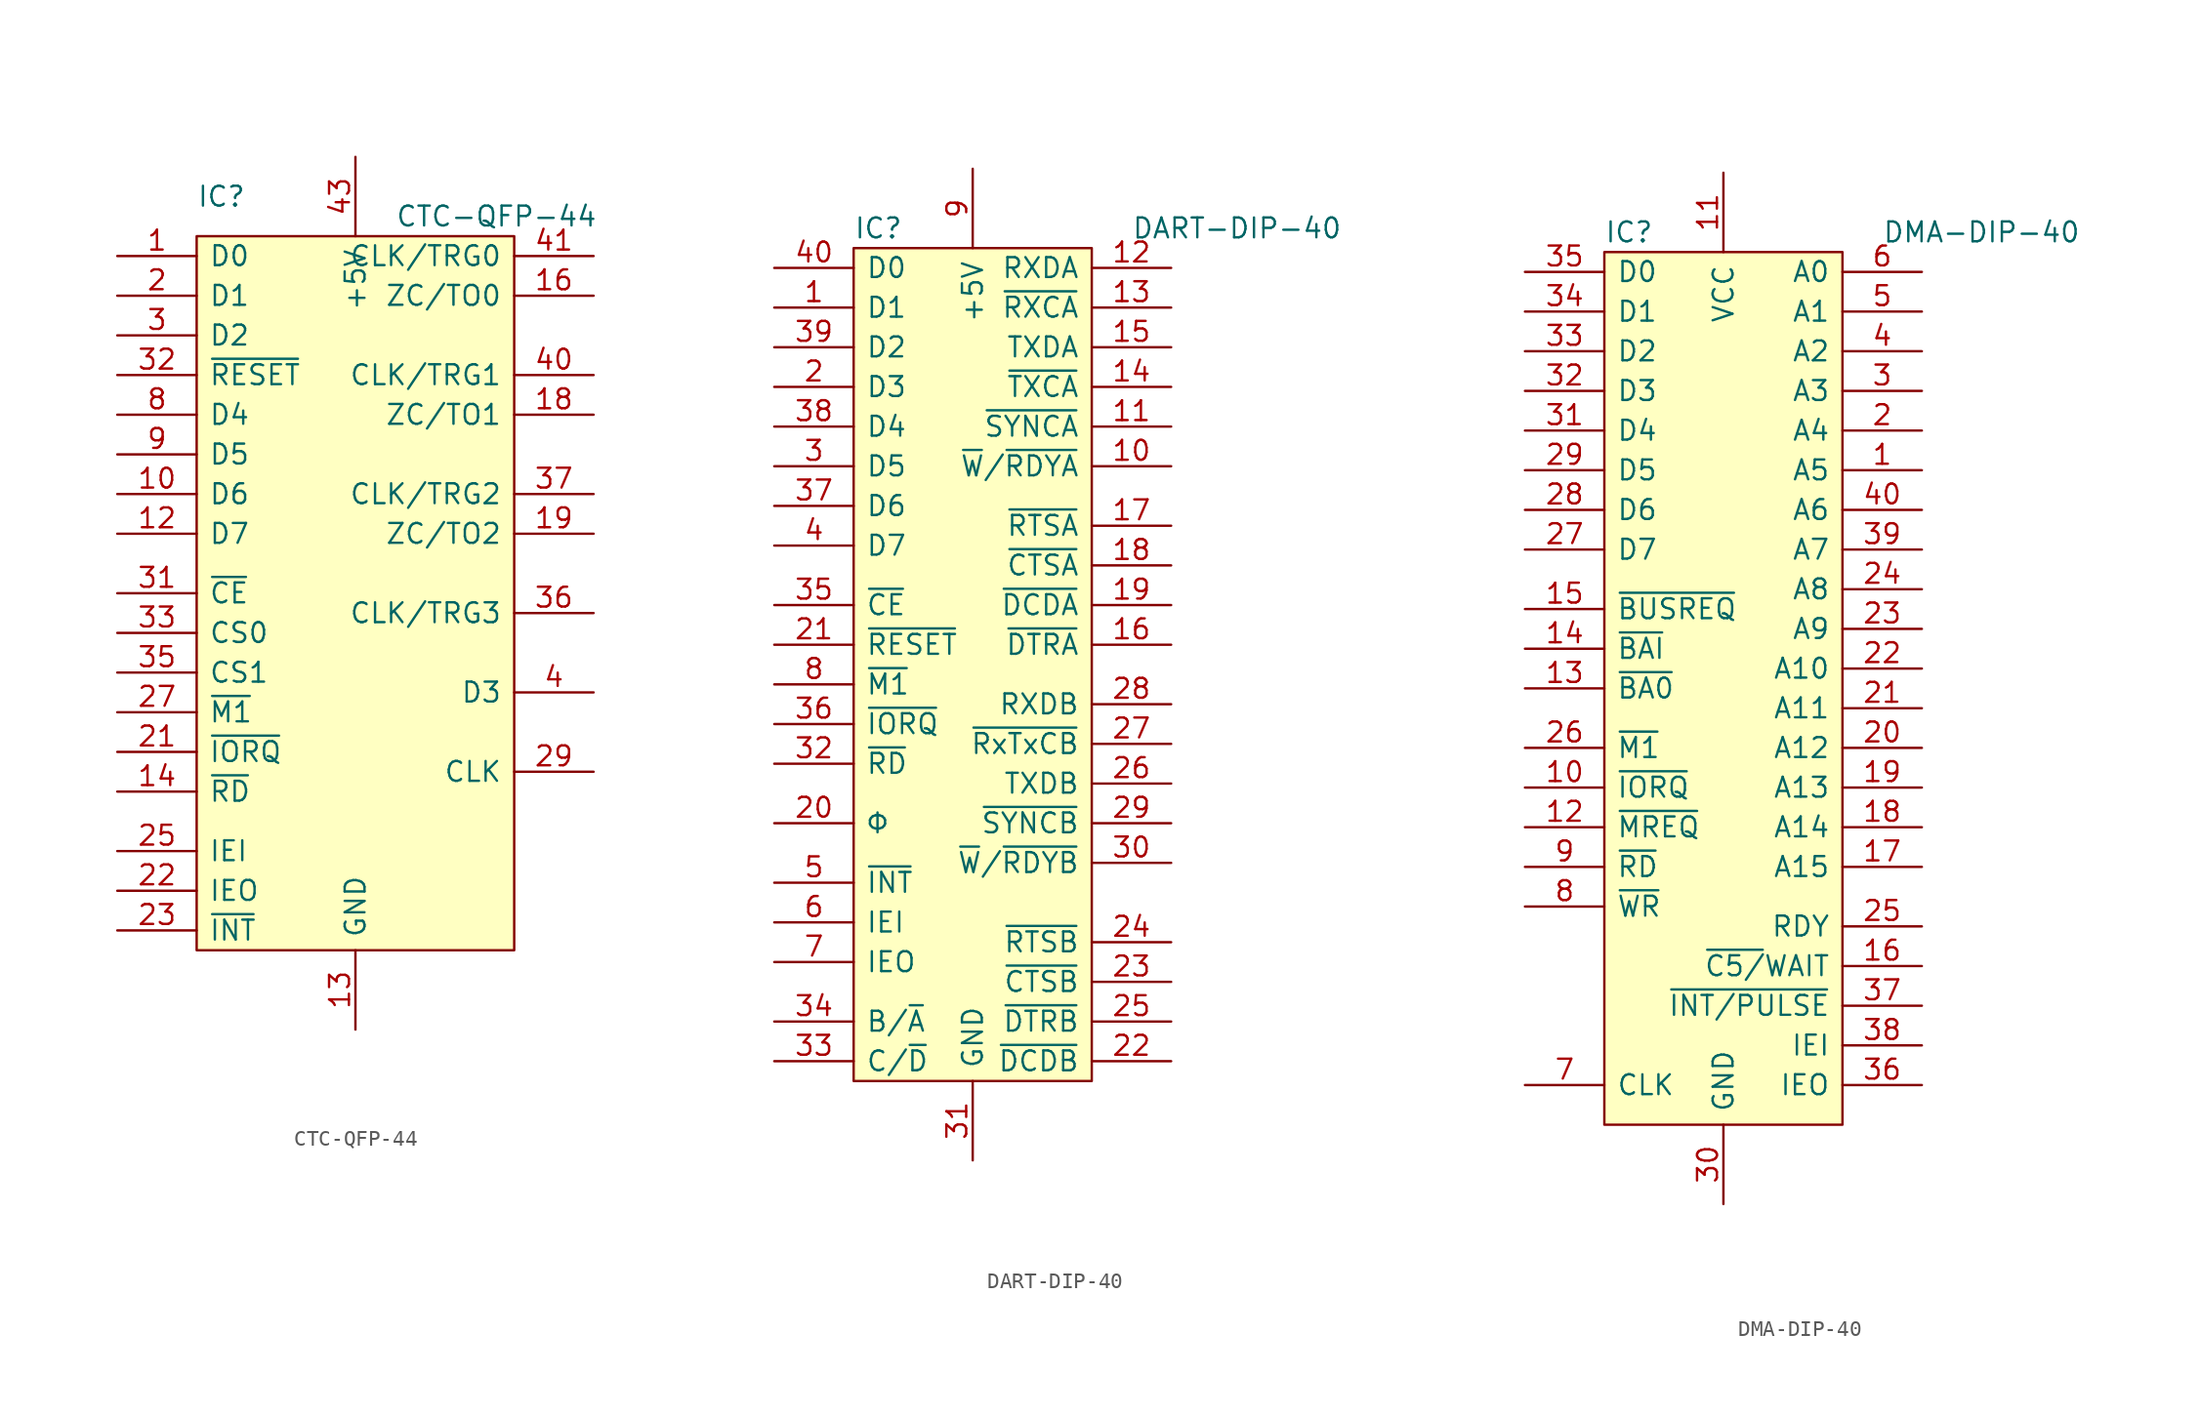
<source format=kicad_sym>
(kicad_symbol_lib
  (version 20220914)
  (generator kicad_symbol_editor)
  (symbol "CTC-QFP-44"
    (pin_names
      (offset 0.762))
    (property "Reference" "IC"
      (at 0 2.54 0)
      (effects (font (size 1.27 1.27)) (justify left)))
    (property "Value" "CTC-QFP-44"
      (at 12.7 1.27 0)
      (effects (font (size 1.27 1.27)) (justify left)))
    (symbol "CTC-QFP-44_0_0"
      (pin bidirectional line (at -5.08 -1.27 0) (length 5.08) (name "D0" (effects (font (size 1.27 1.27)))) (number "1" (effects (font (size 1.27 1.27)))))
      (pin bidirectional line (at -5.08 -16.51 0) (length 5.08) (name "D6" (effects (font (size 1.27 1.27)))) (number "10" (effects (font (size 1.27 1.27)))))
      (pin no_connect line (at 12.7 -10.16 0) (length 2.54) hide (name "NC" (effects (font (size 1.27 1.27)))) (number "11" (effects (font (size 1.27 1.27)))))
      (pin bidirectional line (at -5.08 -19.05 0) (length 5.08) (name "D7" (effects (font (size 1.27 1.27)))) (number "12" (effects (font (size 1.27 1.27)))))
      (pin power_in line (at 10.16 -50.8 90) (length 5.08) (name "GND" (effects (font (size 1.27 1.27)))) (number "13" (effects (font (size 1.27 1.27)))))
      (pin input line (at -5.08 -35.56 0) (length 5.08) (name "~{RD}" (effects (font (size 1.27 1.27)))) (number "14" (effects (font (size 1.27 1.27)))))
      (pin no_connect line (at 12.7 -17.78 0) (length 2.54) hide (name "NC" (effects (font (size 1.27 1.27)))) (number "15" (effects (font (size 1.27 1.27)))))
      (pin output line (at 25.4 -3.81 180) (length 5.08) (name "ZC/TO0" (effects (font (size 1.27 1.27)))) (number "16" (effects (font (size 1.27 1.27)))))
      (pin no_connect line (at 12.7 -12.7 0) (length 2.54) hide (name "NC" (effects (font (size 1.27 1.27)))) (number "17" (effects (font (size 1.27 1.27)))))
      (pin output line (at 25.4 -11.43 180) (length 5.08) (name "ZC/TO1" (effects (font (size 1.27 1.27)))) (number "18" (effects (font (size 1.27 1.27)))))
      (pin output line (at 25.4 -19.05 180) (length 5.08) (name "ZC/TO2" (effects (font (size 1.27 1.27)))) (number "19" (effects (font (size 1.27 1.27)))))
      (pin bidirectional line (at -5.08 -3.81 0) (length 5.08) (name "D1" (effects (font (size 1.27 1.27)))) (number "2" (effects (font (size 1.27 1.27)))))
      (pin no_connect line (at 12.7 -20.32 0) (length 2.54) hide (name "NC" (effects (font (size 1.27 1.27)))) (number "20" (effects (font (size 1.27 1.27)))))
      (pin input line (at -5.08 -33.02 0) (length 5.08) (name "~{IORQ}" (effects (font (size 1.27 1.27)))) (number "21" (effects (font (size 1.27 1.27)))))
      (pin output line (at -5.08 -41.91 0) (length 5.08) (name "IEO" (effects (font (size 1.27 1.27)))) (number "22" (effects (font (size 1.27 1.27)))))
      (pin open_collector line (at -5.08 -44.45 0) (length 5.08) (name "~{INT}" (effects (font (size 1.27 1.27)))) (number "23" (effects (font (size 1.27 1.27)))))
      (pin no_connect line (at 12.7 -15.24 0) (length 2.54) hide (name "NC" (effects (font (size 1.27 1.27)))) (number "24" (effects (font (size 1.27 1.27)))))
      (pin input line (at -5.08 -39.37 0) (length 5.08) (name "IEI" (effects (font (size 1.27 1.27)))) (number "25" (effects (font (size 1.27 1.27)))))
      (pin no_connect line (at 12.7 -22.86 0) (length 2.54) hide (name "NC" (effects (font (size 1.27 1.27)))) (number "26" (effects (font (size 1.27 1.27)))))
      (pin input line (at -5.08 -30.48 0) (length 5.08) (name "~{M1}" (effects (font (size 1.27 1.27)))) (number "27" (effects (font (size 1.27 1.27)))))
      (pin no_connect line (at 12.7 -25.4 0) (length 2.54) hide (name "NC" (effects (font (size 1.27 1.27)))) (number "28" (effects (font (size 1.27 1.27)))))
      (pin input line (at 25.4 -34.29 180) (length 5.08) (name "CLK" (effects (font (size 1.27 1.27)))) (number "29" (effects (font (size 1.27 1.27)))))
      (pin bidirectional line (at -5.08 -6.35 0) (length 5.08) (name "D2" (effects (font (size 1.27 1.27)))) (number "3" (effects (font (size 1.27 1.27)))))
      (pin no_connect line (at 12.7 -43.18 0) (length 2.54) hide (name "NC" (effects (font (size 1.27 1.27)))) (number "30" (effects (font (size 1.27 1.27)))))
      (pin input line (at -5.08 -22.86 0) (length 5.08) (name "~{CE}" (effects (font (size 1.27 1.27)))) (number "31" (effects (font (size 1.27 1.27)))))
      (pin input line (at -5.08 -8.89 0) (length 5.08) (name "~{RESET}" (effects (font (size 1.27 1.27)))) (number "32" (effects (font (size 1.27 1.27)))))
      (pin input line (at -5.08 -25.4 0) (length 5.08) (name "CS0" (effects (font (size 1.27 1.27)))) (number "33" (effects (font (size 1.27 1.27)))))
      (pin no_connect line (at 12.7 -27.94 0) (length 2.54) hide (name "NC" (effects (font (size 1.27 1.27)))) (number "34" (effects (font (size 1.27 1.27)))))
      (pin input line (at -5.08 -27.94 0) (length 5.08) (name "CS1" (effects (font (size 1.27 1.27)))) (number "35" (effects (font (size 1.27 1.27)))))
      (pin input line (at 25.4 -24.13 180) (length 5.08) (name "CLK/TRG3" (effects (font (size 1.27 1.27)))) (number "36" (effects (font (size 1.27 1.27)))))
      (pin input line (at 25.4 -16.51 180) (length 5.08) (name "CLK/TRG2" (effects (font (size 1.27 1.27)))) (number "37" (effects (font (size 1.27 1.27)))))
      (pin no_connect line (at 12.7 -35.56 0) (length 2.54) hide (name "NC" (effects (font (size 1.27 1.27)))) (number "38" (effects (font (size 1.27 1.27)))))
      (pin no_connect line (at 12.7 -40.64 0) (length 2.54) hide (name "NC" (effects (font (size 1.27 1.27)))) (number "39" (effects (font (size 1.27 1.27)))))
      (pin bidirectional line (at 25.4 -29.21 180) (length 5.08) (name "D3" (effects (font (size 1.27 1.27)))) (number "4" (effects (font (size 1.27 1.27)))))
      (pin input line (at 25.4 -8.89 180) (length 5.08) (name "CLK/TRG1" (effects (font (size 1.27 1.27)))) (number "40" (effects (font (size 1.27 1.27)))))
      (pin input line (at 25.4 -1.27 180) (length 5.08) (name "CLK/TRG0" (effects (font (size 1.27 1.27)))) (number "41" (effects (font (size 1.27 1.27)))))
      (pin no_connect line (at 12.7 -33.02 0) (length 2.54) hide (name "NC" (effects (font (size 1.27 1.27)))) (number "42" (effects (font (size 1.27 1.27)))))
      (pin power_in line (at 10.16 5.08 270) (length 5.08) (name "+5V" (effects (font (size 1.27 1.27)))) (number "43" (effects (font (size 1.27 1.27)))))
      (pin no_connect line (at 12.7 -38.1 0) (length 2.54) hide (name "NC" (effects (font (size 1.27 1.27)))) (number "44" (effects (font (size 1.27 1.27)))))
      (pin no_connect line (at 12.7 -30.48 0) (length 2.54) hide (name "NC" (effects (font (size 1.27 1.27)))) (number "5" (effects (font (size 1.27 1.27)))))
      (pin no_connect line (at 12.7 -7.62 0) (length 2.54) hide (name "NC" (effects (font (size 1.27 1.27)))) (number "6" (effects (font (size 1.27 1.27)))))
      (pin no_connect line (at 12.7 -5.08 0) (length 2.54) hide (name "NC" (effects (font (size 1.27 1.27)))) (number "7" (effects (font (size 1.27 1.27)))))
      (pin bidirectional line (at -5.08 -11.43 0) (length 5.08) (name "D4" (effects (font (size 1.27 1.27)))) (number "8" (effects (font (size 1.27 1.27)))))
      (pin bidirectional line (at -5.08 -13.97 0) (length 5.08) (name "D5" (effects (font (size 1.27 1.27)))) (number "9" (effects (font (size 1.27 1.27))))))
    (symbol "CTC-QFP-44_0_1"
      (rectangle (start 0 0) (end 20.32 -45.72) (stroke (width 0) (type solid)) (fill (type background)))))
  (symbol "DART-DIP-40"
    (pin_names
      (offset 0.762))
    (property "Reference" "IC"
      (at 0 1.27 0)
      (effects (font (size 1.27 1.27)) (justify left)))
    (property "Value" "DART-DIP-40"
      (at 17.78 1.27 0)
      (effects (font (size 1.27 1.27)) (justify left)))
    (symbol "DART-DIP-40_0_0"
      (pin bidirectional line (at -5.08 -3.81 0) (length 5.08) (name "D1" (effects (font (size 1.27 1.27)))) (number "1" (effects (font (size 1.27 1.27)))))
      (pin output line (at 20.32 -13.97 180) (length 5.08) (name "~{W}/~{RDYA}" (effects (font (size 1.27 1.27)))) (number "10" (effects (font (size 1.27 1.27)))))
      (pin bidirectional line (at 20.32 -11.43 180) (length 5.08) (name "~{SYNCA}" (effects (font (size 1.27 1.27)))) (number "11" (effects (font (size 1.27 1.27)))))
      (pin input line (at 20.32 -1.27 180) (length 5.08) (name "RXDA" (effects (font (size 1.27 1.27)))) (number "12" (effects (font (size 1.27 1.27)))))
      (pin input line (at 20.32 -3.81 180) (length 5.08) (name "~{RXCA}" (effects (font (size 1.27 1.27)))) (number "13" (effects (font (size 1.27 1.27)))))
      (pin output line (at 20.32 -8.89 180) (length 5.08) (name "~{TXCA}" (effects (font (size 1.27 1.27)))) (number "14" (effects (font (size 1.27 1.27)))))
      (pin output line (at 20.32 -6.35 180) (length 5.08) (name "TXDA" (effects (font (size 1.27 1.27)))) (number "15" (effects (font (size 1.27 1.27)))))
      (pin output line (at 20.32 -25.4 180) (length 5.08) (name "~{DTRA}" (effects (font (size 1.27 1.27)))) (number "16" (effects (font (size 1.27 1.27)))))
      (pin output line (at 20.32 -17.78 180) (length 5.08) (name "~{RTSA}" (effects (font (size 1.27 1.27)))) (number "17" (effects (font (size 1.27 1.27)))))
      (pin input line (at 20.32 -20.32 180) (length 5.08) (name "~{CTSA}" (effects (font (size 1.27 1.27)))) (number "18" (effects (font (size 1.27 1.27)))))
      (pin input line (at 20.32 -22.86 180) (length 5.08) (name "~{DCDA}" (effects (font (size 1.27 1.27)))) (number "19" (effects (font (size 1.27 1.27)))))
      (pin bidirectional line (at -5.08 -8.89 0) (length 5.08) (name "D3" (effects (font (size 1.27 1.27)))) (number "2" (effects (font (size 1.27 1.27)))))
      (pin input line (at -5.08 -36.83 0) (length 5.08) (name "Φ" (effects (font (size 1.27 1.27)))) (number "20" (effects (font (size 1.27 1.27)))))
      (pin input line (at -5.08 -25.4 0) (length 5.08) (name "~{RESET}" (effects (font (size 1.27 1.27)))) (number "21" (effects (font (size 1.27 1.27)))))
      (pin input line (at 20.32 -52.07 180) (length 5.08) (name "~{DCDB}" (effects (font (size 1.27 1.27)))) (number "22" (effects (font (size 1.27 1.27)))))
      (pin input line (at 20.32 -46.99 180) (length 5.08) (name "~{CTSB}" (effects (font (size 1.27 1.27)))) (number "23" (effects (font (size 1.27 1.27)))))
      (pin output line (at 20.32 -44.45 180) (length 5.08) (name "~{RTSB}" (effects (font (size 1.27 1.27)))) (number "24" (effects (font (size 1.27 1.27)))))
      (pin output line (at 20.32 -49.53 180) (length 5.08) (name "~{DTRB}" (effects (font (size 1.27 1.27)))) (number "25" (effects (font (size 1.27 1.27)))))
      (pin output line (at 20.32 -34.29 180) (length 5.08) (name "TXDB" (effects (font (size 1.27 1.27)))) (number "26" (effects (font (size 1.27 1.27)))))
      (pin input line (at 20.32 -31.75 180) (length 5.08) (name "~{RxTxCB}" (effects (font (size 1.27 1.27)))) (number "27" (effects (font (size 1.27 1.27)))))
      (pin input line (at 20.32 -29.21 180) (length 5.08) (name "RXDB" (effects (font (size 1.27 1.27)))) (number "28" (effects (font (size 1.27 1.27)))))
      (pin input line (at 20.32 -36.83 180) (length 5.08) (name "~{SYNCB}" (effects (font (size 1.27 1.27)))) (number "29" (effects (font (size 1.27 1.27)))))
      (pin bidirectional line (at -5.08 -13.97 0) (length 5.08) (name "D5" (effects (font (size 1.27 1.27)))) (number "3" (effects (font (size 1.27 1.27)))))
      (pin output line (at 20.32 -39.37 180) (length 5.08) (name "~{W}/~{RDYB}" (effects (font (size 1.27 1.27)))) (number "30" (effects (font (size 1.27 1.27)))))
      (pin power_in line (at 7.62 -58.42 90) (length 5.08) (name "GND" (effects (font (size 1.27 1.27)))) (number "31" (effects (font (size 1.27 1.27)))))
      (pin input line (at -5.08 -33.02 0) (length 5.08) (name "~{RD}" (effects (font (size 1.27 1.27)))) (number "32" (effects (font (size 1.27 1.27)))))
      (pin input line (at -5.08 -52.07 0) (length 5.08) (name "C/~{D}" (effects (font (size 1.27 1.27)))) (number "33" (effects (font (size 1.27 1.27)))))
      (pin input line (at -5.08 -49.53 0) (length 5.08) (name "B/~{A}" (effects (font (size 1.27 1.27)))) (number "34" (effects (font (size 1.27 1.27)))))
      (pin input line (at -5.08 -22.86 0) (length 5.08) (name "~{CE}" (effects (font (size 1.27 1.27)))) (number "35" (effects (font (size 1.27 1.27)))))
      (pin input line (at -5.08 -30.48 0) (length 5.08) (name "~{IORQ}" (effects (font (size 1.27 1.27)))) (number "36" (effects (font (size 1.27 1.27)))))
      (pin bidirectional line (at -5.08 -16.51 0) (length 5.08) (name "D6" (effects (font (size 1.27 1.27)))) (number "37" (effects (font (size 1.27 1.27)))))
      (pin bidirectional line (at -5.08 -11.43 0) (length 5.08) (name "D4" (effects (font (size 1.27 1.27)))) (number "38" (effects (font (size 1.27 1.27)))))
      (pin bidirectional line (at -5.08 -6.35 0) (length 5.08) (name "D2" (effects (font (size 1.27 1.27)))) (number "39" (effects (font (size 1.27 1.27)))))
      (pin bidirectional line (at -5.08 -19.05 0) (length 5.08) (name "D7" (effects (font (size 1.27 1.27)))) (number "4" (effects (font (size 1.27 1.27)))))
      (pin bidirectional line (at -5.08 -1.27 0) (length 5.08) (name "D0" (effects (font (size 1.27 1.27)))) (number "40" (effects (font (size 1.27 1.27)))))
      (pin open_collector line (at -5.08 -40.64 0) (length 5.08) (name "~{INT}" (effects (font (size 1.27 1.27)))) (number "5" (effects (font (size 1.27 1.27)))))
      (pin input line (at -5.08 -43.18 0) (length 5.08) (name "IEI" (effects (font (size 1.27 1.27)))) (number "6" (effects (font (size 1.27 1.27)))))
      (pin output line (at -5.08 -45.72 0) (length 5.08) (name "IEO" (effects (font (size 1.27 1.27)))) (number "7" (effects (font (size 1.27 1.27)))))
      (pin input line (at -5.08 -27.94 0) (length 5.08) (name "~{M1}" (effects (font (size 1.27 1.27)))) (number "8" (effects (font (size 1.27 1.27)))))
      (pin power_in line (at 7.62 5.08 270) (length 5.08) (name "+5V" (effects (font (size 1.27 1.27)))) (number "9" (effects (font (size 1.27 1.27))))))
    (symbol "DART-DIP-40_0_1"
      (rectangle (start 0 0) (end 15.24 -53.34) (stroke (width 0) (type solid)) (fill (type background)))))
  (symbol "DMA-DIP-40"
    (pin_names
      (offset 0.762))
    (property "Reference" "IC"
      (at 0 1.27 0)
      (effects (font (size 1.27 1.27)) (justify left)))
    (property "Value" "DMA-DIP-40"
      (at 17.78 1.27 0)
      (effects (font (size 1.27 1.27)) (justify left)))
    (symbol "DMA-DIP-40_0_0"
      (pin output line (at 20.32 -13.97 180) (length 5.08) (name "A5" (effects (font (size 1.27 1.27)))) (number "1" (effects (font (size 1.27 1.27)))))
      (pin bidirectional line (at -5.08 -34.29 0) (length 5.08) (name "~{IORQ}" (effects (font (size 1.27 1.27)))) (number "10" (effects (font (size 1.27 1.27)))))
      (pin power_in line (at 7.62 5.08 270) (length 5.08) (name "VCC" (effects (font (size 1.27 1.27)))) (number "11" (effects (font (size 1.27 1.27)))))
      (pin bidirectional line (at -5.08 -36.83 0) (length 5.08) (name "~{MREQ}" (effects (font (size 1.27 1.27)))) (number "12" (effects (font (size 1.27 1.27)))))
      (pin output line (at -5.08 -27.94 0) (length 5.08) (name "~{BA0}" (effects (font (size 1.27 1.27)))) (number "13" (effects (font (size 1.27 1.27)))))
      (pin input line (at -5.08 -25.4 0) (length 5.08) (name "~{BAI}" (effects (font (size 1.27 1.27)))) (number "14" (effects (font (size 1.27 1.27)))))
      (pin bidirectional line (at -5.08 -22.86 0) (length 5.08) (name "~{BUSREQ}" (effects (font (size 1.27 1.27)))) (number "15" (effects (font (size 1.27 1.27)))))
      (pin input line (at 20.32 -45.72 180) (length 5.08) (name "~{C5/}WAIT" (effects (font (size 1.27 1.27)))) (number "16" (effects (font (size 1.27 1.27)))))
      (pin output line (at 20.32 -39.37 180) (length 5.08) (name "A15" (effects (font (size 1.27 1.27)))) (number "17" (effects (font (size 1.27 1.27)))))
      (pin output line (at 20.32 -36.83 180) (length 5.08) (name "A14" (effects (font (size 1.27 1.27)))) (number "18" (effects (font (size 1.27 1.27)))))
      (pin output line (at 20.32 -34.29 180) (length 5.08) (name "A13" (effects (font (size 1.27 1.27)))) (number "19" (effects (font (size 1.27 1.27)))))
      (pin output line (at 20.32 -11.43 180) (length 5.08) (name "A4" (effects (font (size 1.27 1.27)))) (number "2" (effects (font (size 1.27 1.27)))))
      (pin output line (at 20.32 -31.75 180) (length 5.08) (name "A12" (effects (font (size 1.27 1.27)))) (number "20" (effects (font (size 1.27 1.27)))))
      (pin output line (at 20.32 -29.21 180) (length 5.08) (name "A11" (effects (font (size 1.27 1.27)))) (number "21" (effects (font (size 1.27 1.27)))))
      (pin output line (at 20.32 -26.67 180) (length 5.08) (name "A10" (effects (font (size 1.27 1.27)))) (number "22" (effects (font (size 1.27 1.27)))))
      (pin output line (at 20.32 -24.13 180) (length 5.08) (name "A9" (effects (font (size 1.27 1.27)))) (number "23" (effects (font (size 1.27 1.27)))))
      (pin output line (at 20.32 -21.59 180) (length 5.08) (name "A8" (effects (font (size 1.27 1.27)))) (number "24" (effects (font (size 1.27 1.27)))))
      (pin input line (at 20.32 -43.18 180) (length 5.08) (name "RDY" (effects (font (size 1.27 1.27)))) (number "25" (effects (font (size 1.27 1.27)))))
      (pin input line (at -5.08 -31.75 0) (length 5.08) (name "~{M1}" (effects (font (size 1.27 1.27)))) (number "26" (effects (font (size 1.27 1.27)))))
      (pin bidirectional line (at -5.08 -19.05 0) (length 5.08) (name "D7" (effects (font (size 1.27 1.27)))) (number "27" (effects (font (size 1.27 1.27)))))
      (pin bidirectional line (at -5.08 -16.51 0) (length 5.08) (name "D6" (effects (font (size 1.27 1.27)))) (number "28" (effects (font (size 1.27 1.27)))))
      (pin bidirectional line (at -5.08 -13.97 0) (length 5.08) (name "D5" (effects (font (size 1.27 1.27)))) (number "29" (effects (font (size 1.27 1.27)))))
      (pin output line (at 20.32 -8.89 180) (length 5.08) (name "A3" (effects (font (size 1.27 1.27)))) (number "3" (effects (font (size 1.27 1.27)))))
      (pin power_in line (at 7.62 -60.96 90) (length 5.08) (name "GND" (effects (font (size 1.27 1.27)))) (number "30" (effects (font (size 1.27 1.27)))))
      (pin bidirectional line (at -5.08 -11.43 0) (length 5.08) (name "D4" (effects (font (size 1.27 1.27)))) (number "31" (effects (font (size 1.27 1.27)))))
      (pin bidirectional line (at -5.08 -8.89 0) (length 5.08) (name "D3" (effects (font (size 1.27 1.27)))) (number "32" (effects (font (size 1.27 1.27)))))
      (pin bidirectional line (at -5.08 -6.35 0) (length 5.08) (name "D2" (effects (font (size 1.27 1.27)))) (number "33" (effects (font (size 1.27 1.27)))))
      (pin bidirectional line (at -5.08 -3.81 0) (length 5.08) (name "D1" (effects (font (size 1.27 1.27)))) (number "34" (effects (font (size 1.27 1.27)))))
      (pin bidirectional line (at -5.08 -1.27 0) (length 5.08) (name "D0" (effects (font (size 1.27 1.27)))) (number "35" (effects (font (size 1.27 1.27)))))
      (pin output line (at 20.32 -53.34 180) (length 5.08) (name "IEO" (effects (font (size 1.27 1.27)))) (number "36" (effects (font (size 1.27 1.27)))))
      (pin output line (at 20.32 -48.26 180) (length 5.08) (name "~{INT/PULSE}" (effects (font (size 1.27 1.27)))) (number "37" (effects (font (size 1.27 1.27)))))
      (pin input line (at 20.32 -50.8 180) (length 5.08) (name "IEI" (effects (font (size 1.27 1.27)))) (number "38" (effects (font (size 1.27 1.27)))))
      (pin open_collector line (at 20.32 -19.05 180) (length 5.08) (name "A7" (effects (font (size 1.27 1.27)))) (number "39" (effects (font (size 1.27 1.27)))))
      (pin output line (at 20.32 -6.35 180) (length 5.08) (name "A2" (effects (font (size 1.27 1.27)))) (number "4" (effects (font (size 1.27 1.27)))))
      (pin open_collector line (at 20.32 -16.51 180) (length 5.08) (name "A6" (effects (font (size 1.27 1.27)))) (number "40" (effects (font (size 1.27 1.27)))))
      (pin output line (at 20.32 -3.81 180) (length 5.08) (name "A1" (effects (font (size 1.27 1.27)))) (number "5" (effects (font (size 1.27 1.27)))))
      (pin output line (at 20.32 -1.27 180) (length 5.08) (name "A0" (effects (font (size 1.27 1.27)))) (number "6" (effects (font (size 1.27 1.27)))))
      (pin input line (at -5.08 -53.34 0) (length 5.08) (name "CLK" (effects (font (size 1.27 1.27)))) (number "7" (effects (font (size 1.27 1.27)))))
      (pin bidirectional line (at -5.08 -41.91 0) (length 5.08) (name "~{WR}" (effects (font (size 1.27 1.27)))) (number "8" (effects (font (size 1.27 1.27)))))
      (pin bidirectional line (at -5.08 -39.37 0) (length 5.08) (name "~{RD}" (effects (font (size 1.27 1.27)))) (number "9" (effects (font (size 1.27 1.27))))))
    (symbol "DMA-DIP-40_0_1"
      (rectangle (start 0 0) (end 15.24 -55.88) (stroke (width 0) (type solid)) (fill (type background))))))
</source>
